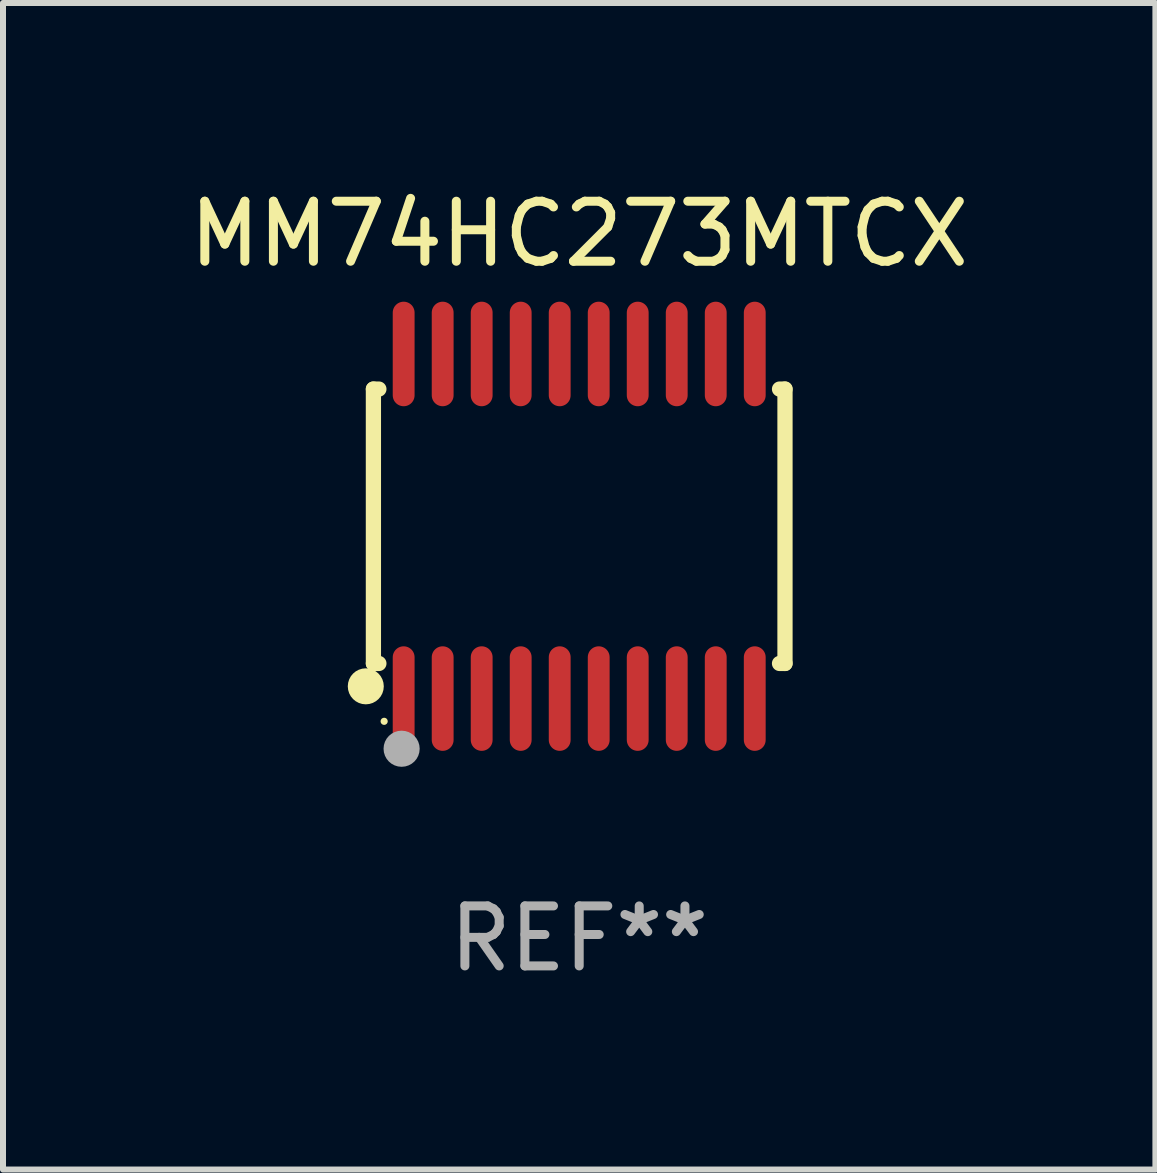
<source format=kicad_pcb>
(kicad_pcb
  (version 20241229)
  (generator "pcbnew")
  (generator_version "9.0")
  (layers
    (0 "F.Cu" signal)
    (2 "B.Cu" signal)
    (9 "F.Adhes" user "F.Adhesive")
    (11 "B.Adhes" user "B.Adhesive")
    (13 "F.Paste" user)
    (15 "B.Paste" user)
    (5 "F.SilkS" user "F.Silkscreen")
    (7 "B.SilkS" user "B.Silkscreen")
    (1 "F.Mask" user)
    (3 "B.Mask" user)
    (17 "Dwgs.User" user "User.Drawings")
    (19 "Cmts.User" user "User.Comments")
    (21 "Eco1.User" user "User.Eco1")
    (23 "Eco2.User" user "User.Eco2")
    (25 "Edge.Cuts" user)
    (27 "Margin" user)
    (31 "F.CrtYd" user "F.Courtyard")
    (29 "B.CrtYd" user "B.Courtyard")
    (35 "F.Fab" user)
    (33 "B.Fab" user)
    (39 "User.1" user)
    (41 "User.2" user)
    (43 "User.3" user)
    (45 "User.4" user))
  (footprint "MM74HC273MTCX"
    (layer "F.Cu")
    (at 6.601 5.719)
    (property "Reference" "MM74HC273MTCX" (at 0 -4.871 0) (layer "F.SilkS") (effects (font (size 1 1) (thickness 0.15))))
    (attr through_hole)
    (fp_line (start -3.429 -2.286) (end -3.429 2.286) (stroke (width 0.254) (type solid)) (layer "F.SilkS"))
    (fp_line (start -3.429 2.286) (end -3.338 2.286) (stroke (width 0.254) (type solid)) (layer "F.SilkS"))
    (fp_line (start -3.338 -2.286) (end -3.429 -2.286) (stroke (width 0.254) (type solid)) (layer "F.SilkS"))
    (fp_line (start 3.338 -2.286) (end 3.429 -2.286) (stroke (width 0.254) (type solid)) (layer "F.SilkS"))
    (fp_line (start 3.429 -2.286) (end 3.429 2.286) (stroke (width 0.254) (type solid)) (layer "F.SilkS"))
    (fp_line (start 3.429 2.286) (end 3.338 2.286) (stroke (width 0.254) (type solid)) (layer "F.SilkS"))
    (fp_circle (center -3.556 2.667) (end -3.406 2.667) (stroke (width 0.3) (type solid)) (fill no) (layer "F.SilkS"))
    (fp_circle (center -3.25 3.25) (end -3.22 3.25) (stroke (width 0.06) (type solid)) (fill no) (layer "F.SilkS"))
    (fp_circle (center -2.959 3.707) (end -2.808 3.707) (stroke (width 0.3) (type solid)) (fill no) (layer "F.Fab"))
    (fp_text user "REF**" (at 0 6.871 0) (layer "F.Fab") (effects (font (size 1 1) (thickness 0.15))))
    (pad "1" smd oval (at -2.925 2.871) (size 0.364 1.742) (layers "F.Cu" "F.Mask" "F.Paste"))
    (pad "2" smd oval (at -2.275 2.871) (size 0.364 1.742) (layers "F.Cu" "F.Mask" "F.Paste"))
    (pad "3" smd oval (at -1.625 2.871) (size 0.364 1.742) (layers "F.Cu" "F.Mask" "F.Paste"))
    (pad "4" smd oval (at -0.975 2.871) (size 0.364 1.742) (layers "F.Cu" "F.Mask" "F.Paste"))
    (pad "5" smd oval (at -0.325 2.871) (size 0.364 1.742) (layers "F.Cu" "F.Mask" "F.Paste"))
    (pad "6" smd oval (at 0.325 2.871) (size 0.364 1.742) (layers "F.Cu" "F.Mask" "F.Paste"))
    (pad "7" smd oval (at 0.975 2.871) (size 0.364 1.742) (layers "F.Cu" "F.Mask" "F.Paste"))
    (pad "8" smd oval (at 1.625 2.871) (size 0.364 1.742) (layers "F.Cu" "F.Mask" "F.Paste"))
    (pad "9" smd oval (at 2.275 2.871) (size 0.364 1.742) (layers "F.Cu" "F.Mask" "F.Paste"))
    (pad "10" smd oval (at 2.925 2.871) (size 0.364 1.742) (layers "F.Cu" "F.Mask" "F.Paste"))
    (pad "11" smd oval (at 2.925 -2.871) (size 0.364 1.742) (layers "F.Cu" "F.Mask" "F.Paste"))
    (pad "12" smd oval (at 2.275 -2.871) (size 0.364 1.742) (layers "F.Cu" "F.Mask" "F.Paste"))
    (pad "13" smd oval (at 1.625 -2.871) (size 0.364 1.742) (layers "F.Cu" "F.Mask" "F.Paste"))
    (pad "14" smd oval (at 0.975 -2.871) (size 0.364 1.742) (layers "F.Cu" "F.Mask" "F.Paste"))
    (pad "15" smd oval (at 0.325 -2.871) (size 0.364 1.742) (layers "F.Cu" "F.Mask" "F.Paste"))
    (pad "16" smd oval (at -0.325 -2.871) (size 0.364 1.742) (layers "F.Cu" "F.Mask" "F.Paste"))
    (pad "17" smd oval (at -0.975 -2.871) (size 0.364 1.742) (layers "F.Cu" "F.Mask" "F.Paste"))
    (pad "18" smd oval (at -1.625 -2.871) (size 0.364 1.742) (layers "F.Cu" "F.Mask" "F.Paste"))
    (pad "19" smd oval (at -2.275 -2.871) (size 0.364 1.742) (layers "F.Cu" "F.Mask" "F.Paste"))
    (pad "20" smd oval (at -2.925 -2.871) (size 0.364 1.742) (layers "F.Cu" "F.Mask" "F.Paste")))
  (gr_rect
    (start -3 -3)
    (end 16.202 16.438)
    (stroke (width 0.1) (type default))
    (fill no)
    (layer "Edge.Cuts")))
</source>
